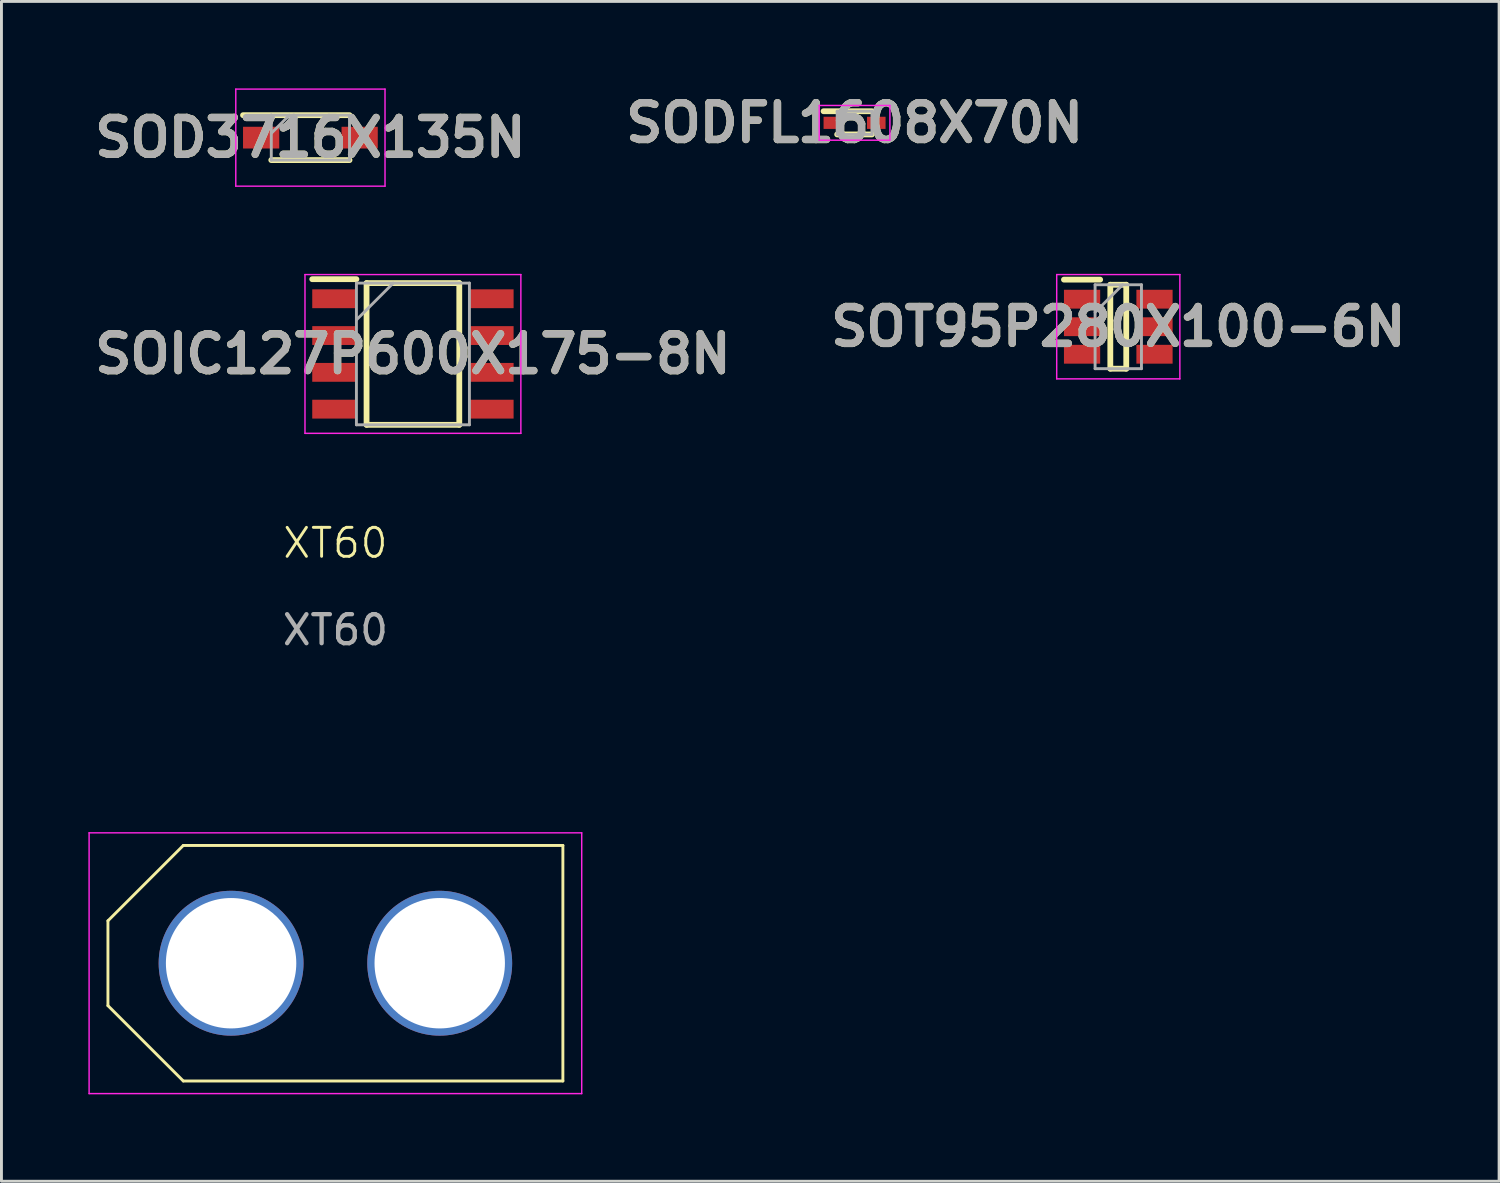
<source format=kicad_pcb>
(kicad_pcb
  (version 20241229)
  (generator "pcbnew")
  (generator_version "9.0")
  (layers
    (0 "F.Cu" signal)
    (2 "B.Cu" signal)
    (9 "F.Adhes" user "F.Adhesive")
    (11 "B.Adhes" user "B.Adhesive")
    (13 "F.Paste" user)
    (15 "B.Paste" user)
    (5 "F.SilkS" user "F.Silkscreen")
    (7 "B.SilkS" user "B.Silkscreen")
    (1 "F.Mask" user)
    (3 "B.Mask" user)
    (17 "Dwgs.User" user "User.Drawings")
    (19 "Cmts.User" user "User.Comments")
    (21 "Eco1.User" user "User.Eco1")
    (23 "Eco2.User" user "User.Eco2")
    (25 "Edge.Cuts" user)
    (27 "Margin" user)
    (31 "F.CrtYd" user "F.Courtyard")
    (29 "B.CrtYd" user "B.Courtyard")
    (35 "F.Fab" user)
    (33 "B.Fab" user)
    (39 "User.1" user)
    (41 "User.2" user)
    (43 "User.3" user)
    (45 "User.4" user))
  (footprint "SODFL1608X70N"
    (layer "F.Cu")
    (at 26.441 1.189)
    (property "Reference" "SODFL1608X70N" (at 0 0 0) (layer "F.SilkS") (effects (font (size 1.27 1.27) (thickness 0.254))))
    (attr smd)
    (fp_line (start -1.07 -0.4) (end 0.6 -0.4) (stroke (width 0.2) (type solid)) (layer "F.SilkS"))
    (fp_line (start -0.6 0.4) (end 0.6 0.4) (stroke (width 0.2) (type solid)) (layer "F.SilkS"))
    (fp_line (start -1.22 -0.6) (end 1.22 -0.6) (stroke (width 0.05) (type solid)) (layer "F.CrtYd"))
    (fp_line (start -1.22 0.6) (end -1.22 -0.6) (stroke (width 0.05) (type solid)) (layer "F.CrtYd"))
    (fp_line (start 1.22 -0.6) (end 1.22 0.6) (stroke (width 0.05) (type solid)) (layer "F.CrtYd"))
    (fp_line (start 1.22 0.6) (end -1.22 0.6) (stroke (width 0.05) (type solid)) (layer "F.CrtYd"))
    (fp_line (start -0.6 -0.4) (end 0.6 -0.4) (stroke (width 0.1) (type solid)) (layer "F.Fab"))
    (fp_line (start -0.6 -0.08) (end -0.28 -0.4) (stroke (width 0.1) (type solid)) (layer "F.Fab"))
    (fp_line (start -0.6 0.4) (end -0.6 -0.4) (stroke (width 0.1) (type solid)) (layer "F.Fab"))
    (fp_line (start 0.6 -0.4) (end 0.6 0.4) (stroke (width 0.1) (type solid)) (layer "F.Fab"))
    (fp_line (start 0.6 0.4) (end -0.6 0.4) (stroke (width 0.1) (type solid)) (layer "F.Fab"))
    (fp_text user "${REFERENCE}" (at 0 0 0) (layer "F.Fab") (effects (font (size 1.27 1.27) (thickness 0.254))))
    (pad "1" smd rect (at -0.75 0 90) (size 0.42 0.64) (layers "F.Cu" "F.Mask" "F.Paste"))
    (pad "2" smd rect (at 0.75 0 90) (size 0.42 0.64) (layers "F.Cu" "F.Mask" "F.Paste")))
  (footprint "SOT95P280X100-6N"
    (layer "F.Cu")
    (at 35.542 8.225)
    (property "Reference" "SOT95P280X100-6N" (at 0 0 0) (layer "F.SilkS") (effects (font (size 1.27 1.27) (thickness 0.254))))
    (attr smd)
    (fp_line (start -1.875 -1.625) (end -0.625 -1.625) (stroke (width 0.2) (type solid)) (layer "F.SilkS"))
    (fp_line (start -0.275 -1.448) (end 0.275 -1.448) (stroke (width 0.2) (type solid)) (layer "F.SilkS"))
    (fp_line (start -0.275 1.448) (end -0.275 -1.448) (stroke (width 0.2) (type solid)) (layer "F.SilkS"))
    (fp_line (start 0.275 -1.448) (end 0.275 1.448) (stroke (width 0.2) (type solid)) (layer "F.SilkS"))
    (fp_line (start 0.275 1.448) (end -0.275 1.448) (stroke (width 0.2) (type solid)) (layer "F.SilkS"))
    (fp_line (start -2.125 -1.8) (end 2.125 -1.8) (stroke (width 0.05) (type solid)) (layer "F.CrtYd"))
    (fp_line (start -2.125 1.8) (end -2.125 -1.8) (stroke (width 0.05) (type solid)) (layer "F.CrtYd"))
    (fp_line (start 2.125 -1.8) (end 2.125 1.8) (stroke (width 0.05) (type solid)) (layer "F.CrtYd"))
    (fp_line (start 2.125 1.8) (end -2.125 1.8) (stroke (width 0.05) (type solid)) (layer "F.CrtYd"))
    (fp_line (start -0.8 -1.448) (end 0.8 -1.448) (stroke (width 0.1) (type solid)) (layer "F.Fab"))
    (fp_line (start -0.8 -0.498) (end 0.15 -1.448) (stroke (width 0.1) (type solid)) (layer "F.Fab"))
    (fp_line (start -0.8 1.448) (end -0.8 -1.448) (stroke (width 0.1) (type solid)) (layer "F.Fab"))
    (fp_line (start 0.8 -1.448) (end 0.8 1.448) (stroke (width 0.1) (type solid)) (layer "F.Fab"))
    (fp_line (start 0.8 1.448) (end -0.8 1.448) (stroke (width 0.1) (type solid)) (layer "F.Fab"))
    (fp_text user "${REFERENCE}" (at 0 0 0) (layer "F.Fab") (effects (font (size 1.27 1.27) (thickness 0.254))))
    (pad "1" smd rect (at -1.25 -0.95 90) (size 0.65 1.25) (layers "F.Cu" "F.Mask" "F.Paste"))
    (pad "2" smd rect (at -1.25 0 90) (size 0.65 1.25) (layers "F.Cu" "F.Mask" "F.Paste"))
    (pad "3" smd rect (at -1.25 0.95 90) (size 0.65 1.25) (layers "F.Cu" "F.Mask" "F.Paste"))
    (pad "4" smd rect (at 1.25 0.95 90) (size 0.65 1.25) (layers "F.Cu" "F.Mask" "F.Paste"))
    (pad "5" smd rect (at 1.25 0 90) (size 0.65 1.25) (layers "F.Cu" "F.Mask" "F.Paste"))
    (pad "6" smd rect (at 1.25 -0.95 90) (size 0.65 1.25) (layers "F.Cu" "F.Mask" "F.Paste")))
  (footprint "SOIC127P600X175-8N"
    (layer "F.Cu")
    (at 11.2 9.165)
    (property "Reference" "SOIC127P600X175-8N" (at 0 0 0) (layer "F.SilkS") (effects (font (size 1.27 1.27) (thickness 0.254))))
    (attr smd)
    (fp_line (start -3.475 -2.58) (end -1.95 -2.58) (stroke (width 0.2) (type solid)) (layer "F.SilkS"))
    (fp_line (start -1.6 -2.445) (end 1.6 -2.445) (stroke (width 0.2) (type solid)) (layer "F.SilkS"))
    (fp_line (start -1.6 2.445) (end -1.6 -2.445) (stroke (width 0.2) (type solid)) (layer "F.SilkS"))
    (fp_line (start 1.6 -2.445) (end 1.6 2.445) (stroke (width 0.2) (type solid)) (layer "F.SilkS"))
    (fp_line (start 1.6 2.445) (end -1.6 2.445) (stroke (width 0.2) (type solid)) (layer "F.SilkS"))
    (fp_line (start -3.725 -2.74) (end 3.725 -2.74) (stroke (width 0.05) (type solid)) (layer "F.CrtYd"))
    (fp_line (start -3.725 2.74) (end -3.725 -2.74) (stroke (width 0.05) (type solid)) (layer "F.CrtYd"))
    (fp_line (start 3.725 -2.74) (end 3.725 2.74) (stroke (width 0.05) (type solid)) (layer "F.CrtYd"))
    (fp_line (start 3.725 2.74) (end -3.725 2.74) (stroke (width 0.05) (type solid)) (layer "F.CrtYd"))
    (fp_line (start -1.95 -2.445) (end 1.95 -2.445) (stroke (width 0.1) (type solid)) (layer "F.Fab"))
    (fp_line (start -1.95 -1.175) (end -0.68 -2.445) (stroke (width 0.1) (type solid)) (layer "F.Fab"))
    (fp_line (start -1.95 2.445) (end -1.95 -2.445) (stroke (width 0.1) (type solid)) (layer "F.Fab"))
    (fp_line (start 1.95 -2.445) (end 1.95 2.445) (stroke (width 0.1) (type solid)) (layer "F.Fab"))
    (fp_line (start 1.95 2.445) (end -1.95 2.445) (stroke (width 0.1) (type solid)) (layer "F.Fab"))
    (fp_text user "${REFERENCE}" (at 0 0 0) (layer "F.Fab") (effects (font (size 1.27 1.27) (thickness 0.254))))
    (pad "1" smd rect (at -2.712 -1.905 90) (size 0.65 1.525) (layers "F.Cu" "F.Mask" "F.Paste"))
    (pad "2" smd rect (at -2.712 -0.635 90) (size 0.65 1.525) (layers "F.Cu" "F.Mask" "F.Paste"))
    (pad "3" smd rect (at -2.712 0.635 90) (size 0.65 1.525) (layers "F.Cu" "F.Mask" "F.Paste"))
    (pad "4" smd rect (at -2.712 1.905 90) (size 0.65 1.525) (layers "F.Cu" "F.Mask" "F.Paste"))
    (pad "5" smd rect (at 2.712 1.905 90) (size 0.65 1.525) (layers "F.Cu" "F.Mask" "F.Paste"))
    (pad "6" smd rect (at 2.712 0.635 90) (size 0.65 1.525) (layers "F.Cu" "F.Mask" "F.Paste"))
    (pad "7" smd rect (at 2.712 -0.635 90) (size 0.65 1.525) (layers "F.Cu" "F.Mask" "F.Paste"))
    (pad "8" smd rect (at 2.712 -1.905 90) (size 0.65 1.525) (layers "F.Cu" "F.Mask" "F.Paste")))
  (footprint "XT60"
    (layer "F.Cu")
    (at 8.525 30.191)
    (property "Reference" "XT60" (at 0 -14.5 0) (unlocked yes) (layer "F.SilkS") (effects (font (size 1 1) (thickness 0.1))))
    (attr through_hole)
    (fp_line (start -7.85 -1.464) (end -7.85 1.464) (stroke (width 0.1) (type default)) (layer "F.SilkS"))
    (fp_line (start -7.85 1.464) (end -5.25 4.064) (stroke (width 0.1) (type default)) (layer "F.SilkS"))
    (fp_line (start -5.25 -4.064) (end -7.85 -1.464) (stroke (width 0.1) (type default)) (layer "F.SilkS"))
    (fp_line (start 7.85 -4.064) (end -5.25 -4.064) (stroke (width 0.1) (type default)) (layer "F.SilkS"))
    (fp_line (start 7.85 -4.064) (end 7.85 4.064) (stroke (width 0.1) (type default)) (layer "F.SilkS"))
    (fp_line (start 7.85 4.064) (end -5.25 4.064) (stroke (width 0.1) (type default)) (layer "F.SilkS"))
    (fp_line (start -8.5 -4.5) (end 8.5 -4.5) (stroke (width 0.05) (type default)) (layer "F.CrtYd"))
    (fp_line (start -8.5 4.5) (end -8.5 -4.5) (stroke (width 0.05) (type default)) (layer "F.CrtYd"))
    (fp_line (start 8.5 -4.5) (end 8.5 4.5) (stroke (width 0.05) (type default)) (layer "F.CrtYd"))
    (fp_line (start 8.5 4.5) (end -8.5 4.5) (stroke (width 0.05) (type default)) (layer "F.CrtYd"))
    (fp_text user "${REFERENCE}" (at 0 -11.5 0) (unlocked yes) (layer "F.Fab") (effects (font (size 1 1) (thickness 0.15))))
    (pad "1" thru_hole circle (at 3.6 0) (size 5 5) (drill 4.5) (layers "*.Cu" "*.Mask"))
    (pad "2" thru_hole circle (at -3.6 0) (size 5 5) (drill 4.5) (layers "*.Cu" "*.Mask")))
  (footprint "SOD3716X135N"
    (layer "F.Cu")
    (at 7.662 1.7)
    (property "Reference" "SOD3716X135N" (at 0 0 0) (layer "F.SilkS") (effects (font (size 1.27 1.27) (thickness 0.254))))
    (attr smd)
    (fp_line (start -2.325 -0.775) (end 1.35 -0.775) (stroke (width 0.2) (type solid)) (layer "F.SilkS"))
    (fp_line (start -1.35 0.775) (end 1.35 0.775) (stroke (width 0.2) (type solid)) (layer "F.SilkS"))
    (fp_line (start -2.575 -1.675) (end 2.575 -1.675) (stroke (width 0.05) (type solid)) (layer "F.CrtYd"))
    (fp_line (start -2.575 1.675) (end -2.575 -1.675) (stroke (width 0.05) (type solid)) (layer "F.CrtYd"))
    (fp_line (start 2.575 -1.675) (end 2.575 1.675) (stroke (width 0.05) (type solid)) (layer "F.CrtYd"))
    (fp_line (start 2.575 1.675) (end -2.575 1.675) (stroke (width 0.05) (type solid)) (layer "F.CrtYd"))
    (fp_line (start -1.35 -0.775) (end 1.35 -0.775) (stroke (width 0.1) (type solid)) (layer "F.Fab"))
    (fp_line (start -1.35 -0.15) (end -0.725 -0.775) (stroke (width 0.1) (type solid)) (layer "F.Fab"))
    (fp_line (start -1.35 0.775) (end -1.35 -0.775) (stroke (width 0.1) (type solid)) (layer "F.Fab"))
    (fp_line (start 1.35 -0.775) (end 1.35 0.775) (stroke (width 0.1) (type solid)) (layer "F.Fab"))
    (fp_line (start 1.35 0.775) (end -1.35 0.775) (stroke (width 0.1) (type solid)) (layer "F.Fab"))
    (fp_text user "${REFERENCE}" (at 0 0 0) (layer "F.Fab") (effects (font (size 1.27 1.27) (thickness 0.254))))
    (pad "1" smd rect (at -1.7 0 90) (size 0.75 1.25) (layers "F.Cu" "F.Mask" "F.Paste"))
    (pad "2" smd rect (at 1.7 0 90) (size 0.75 1.25) (layers "F.Cu" "F.Mask" "F.Paste")))
  (gr_rect
    (start -3 -3)
    (end 48.684 37.715)
    (stroke (width 0.1) (type default))
    (fill no)
    (layer "Edge.Cuts")))
</source>
